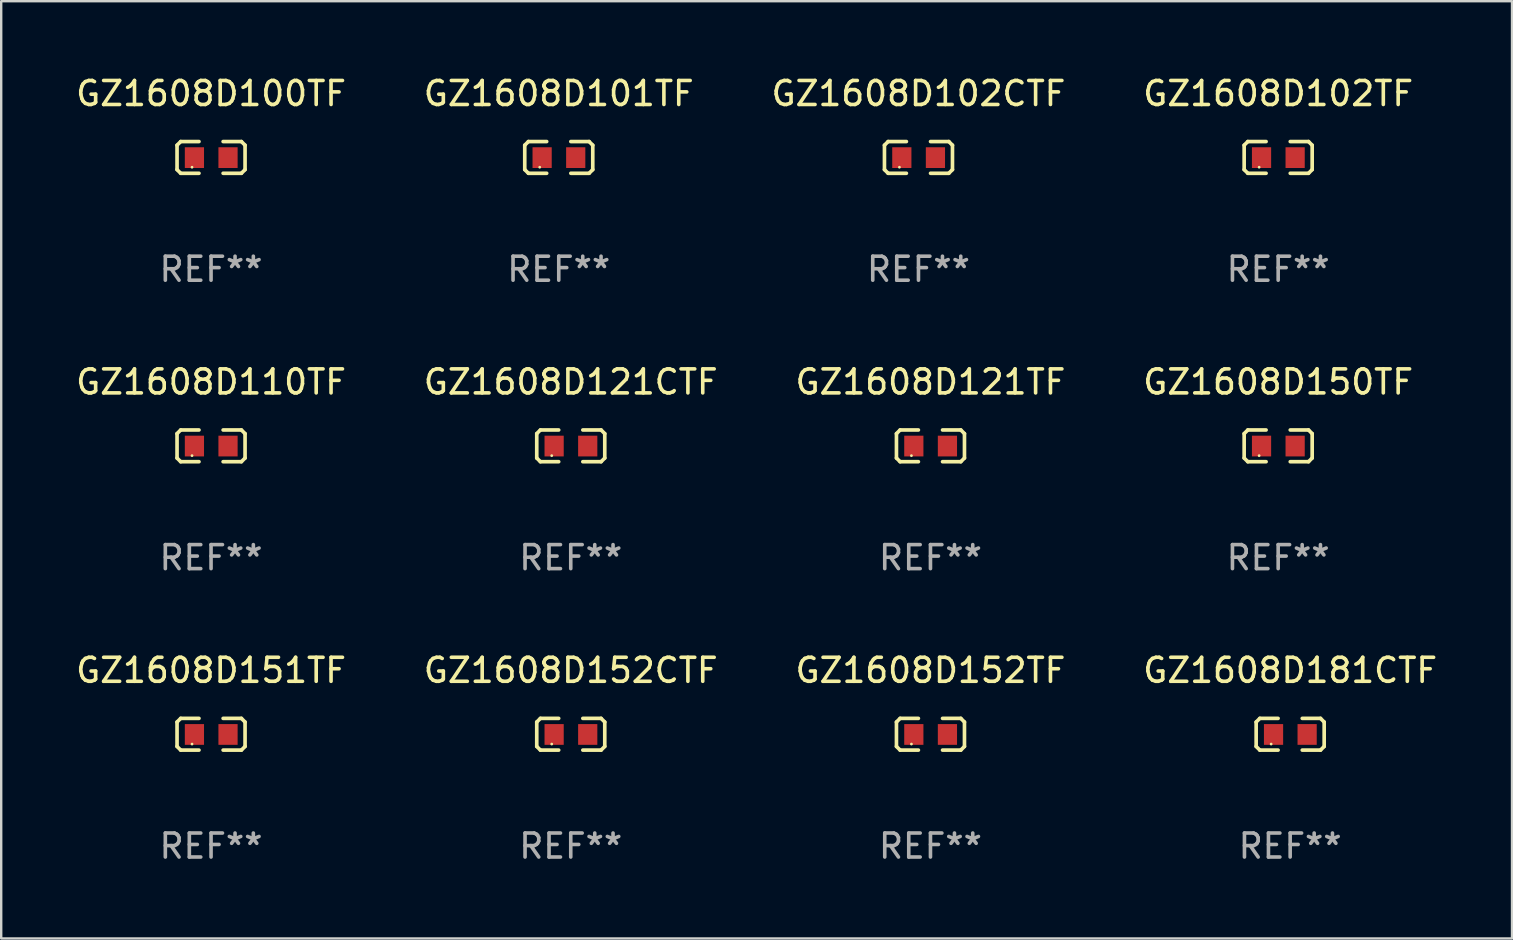
<source format=kicad_pcb>
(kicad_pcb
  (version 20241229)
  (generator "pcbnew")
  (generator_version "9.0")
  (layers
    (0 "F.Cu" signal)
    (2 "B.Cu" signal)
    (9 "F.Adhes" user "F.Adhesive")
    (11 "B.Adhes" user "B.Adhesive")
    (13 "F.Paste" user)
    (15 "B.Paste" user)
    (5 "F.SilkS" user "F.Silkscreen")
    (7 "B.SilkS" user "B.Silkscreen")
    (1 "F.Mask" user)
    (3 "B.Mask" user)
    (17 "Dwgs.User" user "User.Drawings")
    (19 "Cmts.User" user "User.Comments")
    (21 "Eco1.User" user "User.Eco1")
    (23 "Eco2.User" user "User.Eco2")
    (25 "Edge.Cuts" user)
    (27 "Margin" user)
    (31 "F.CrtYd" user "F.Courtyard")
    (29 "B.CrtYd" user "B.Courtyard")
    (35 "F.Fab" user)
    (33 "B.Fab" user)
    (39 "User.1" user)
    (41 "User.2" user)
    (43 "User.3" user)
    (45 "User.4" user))
  (footprint "GZ1608D181CTF"
    (layer "F.Cu")
    (at 50.708 27.544)
    (property "Reference" "GZ1608D181CTF" (at 0 -2.661 0) (layer "F.SilkS") (effects (font (size 1 1) (thickness 0.15))))
    (attr through_hole)
    (fp_line (start -1.417 -0.508) (end -1.265 -0.661) (stroke (width 0.152) (type solid)) (layer "F.SilkS"))
    (fp_line (start -1.417 0.508) (end -1.417 -0.508) (stroke (width 0.152) (type solid)) (layer "F.SilkS"))
    (fp_line (start -1.265 -0.661) (end -0.503 -0.661) (stroke (width 0.152) (type solid)) (layer "F.SilkS"))
    (fp_line (start -1.265 0.661) (end -1.417 0.508) (stroke (width 0.152) (type solid)) (layer "F.SilkS"))
    (fp_line (start -1.265 0.661) (end -0.503 0.661) (stroke (width 0.152) (type solid)) (layer "F.SilkS"))
    (fp_line (start 1.265 -0.661) (end 0.503 -0.661) (stroke (width 0.152) (type solid)) (layer "F.SilkS"))
    (fp_line (start 1.265 -0.661) (end 1.417 -0.508) (stroke (width 0.152) (type solid)) (layer "F.SilkS"))
    (fp_line (start 1.265 0.661) (end 0.503 0.661) (stroke (width 0.152) (type solid)) (layer "F.SilkS"))
    (fp_line (start 1.417 -0.508) (end 1.417 0.508) (stroke (width 0.152) (type solid)) (layer "F.SilkS"))
    (fp_line (start 1.417 0.508) (end 1.265 0.661) (stroke (width 0.152) (type solid)) (layer "F.SilkS"))
    (fp_circle (center -0.793 0.409) (end -0.763 0.409) (stroke (width 0.06) (type solid)) (fill no) (layer "F.SilkS"))
    (fp_text user "REF**" (at 0 4.661 0) (layer "F.Fab") (effects (font (size 1 1) (thickness 0.15))))
    (pad "1" smd rect (at -0.693 0.009 180) (size 0.8 0.864) (layers "F.Cu" "F.Mask" "F.Paste"))
    (pad "2" smd rect (at 0.707 0.009 180) (size 0.8 0.864) (layers "F.Cu" "F.Mask" "F.Paste")))
  (footprint "GZ1608D152CTF"
    (layer "F.Cu")
    (at 20.732 27.544)
    (property "Reference" "GZ1608D152CTF" (at 0 -2.661 0) (layer "F.SilkS") (effects (font (size 1 1) (thickness 0.15))))
    (attr through_hole)
    (fp_line (start -1.417 -0.508) (end -1.265 -0.661) (stroke (width 0.152) (type solid)) (layer "F.SilkS"))
    (fp_line (start -1.417 0.508) (end -1.417 -0.508) (stroke (width 0.152) (type solid)) (layer "F.SilkS"))
    (fp_line (start -1.265 -0.661) (end -0.503 -0.661) (stroke (width 0.152) (type solid)) (layer "F.SilkS"))
    (fp_line (start -1.265 0.661) (end -1.417 0.508) (stroke (width 0.152) (type solid)) (layer "F.SilkS"))
    (fp_line (start -1.265 0.661) (end -0.503 0.661) (stroke (width 0.152) (type solid)) (layer "F.SilkS"))
    (fp_line (start 1.265 -0.661) (end 0.503 -0.661) (stroke (width 0.152) (type solid)) (layer "F.SilkS"))
    (fp_line (start 1.265 -0.661) (end 1.417 -0.508) (stroke (width 0.152) (type solid)) (layer "F.SilkS"))
    (fp_line (start 1.265 0.661) (end 0.503 0.661) (stroke (width 0.152) (type solid)) (layer "F.SilkS"))
    (fp_line (start 1.417 -0.508) (end 1.417 0.508) (stroke (width 0.152) (type solid)) (layer "F.SilkS"))
    (fp_line (start 1.417 0.508) (end 1.265 0.661) (stroke (width 0.152) (type solid)) (layer "F.SilkS"))
    (fp_circle (center -0.793 0.409) (end -0.763 0.409) (stroke (width 0.06) (type solid)) (fill no) (layer "F.SilkS"))
    (fp_text user "REF**" (at 0 4.661 0) (layer "F.Fab") (effects (font (size 1 1) (thickness 0.15))))
    (pad "1" smd rect (at -0.693 0.009 180) (size 0.8 0.864) (layers "F.Cu" "F.Mask" "F.Paste"))
    (pad "2" smd rect (at 0.707 0.009 180) (size 0.8 0.864) (layers "F.Cu" "F.Mask" "F.Paste")))
  (footprint "GZ1608D102CTF"
    (layer "F.Cu")
    (at 35.22 3.509)
    (property "Reference" "GZ1608D102CTF" (at 0 -2.661 0) (layer "F.SilkS") (effects (font (size 1 1) (thickness 0.15))))
    (attr through_hole)
    (fp_line (start -1.417 -0.508) (end -1.265 -0.661) (stroke (width 0.152) (type solid)) (layer "F.SilkS"))
    (fp_line (start -1.417 0.508) (end -1.417 -0.508) (stroke (width 0.152) (type solid)) (layer "F.SilkS"))
    (fp_line (start -1.265 -0.661) (end -0.503 -0.661) (stroke (width 0.152) (type solid)) (layer "F.SilkS"))
    (fp_line (start -1.265 0.661) (end -1.417 0.508) (stroke (width 0.152) (type solid)) (layer "F.SilkS"))
    (fp_line (start -1.265 0.661) (end -0.503 0.661) (stroke (width 0.152) (type solid)) (layer "F.SilkS"))
    (fp_line (start 1.265 -0.661) (end 0.503 -0.661) (stroke (width 0.152) (type solid)) (layer "F.SilkS"))
    (fp_line (start 1.265 -0.661) (end 1.417 -0.508) (stroke (width 0.152) (type solid)) (layer "F.SilkS"))
    (fp_line (start 1.265 0.661) (end 0.503 0.661) (stroke (width 0.152) (type solid)) (layer "F.SilkS"))
    (fp_line (start 1.417 -0.508) (end 1.417 0.508) (stroke (width 0.152) (type solid)) (layer "F.SilkS"))
    (fp_line (start 1.417 0.508) (end 1.265 0.661) (stroke (width 0.152) (type solid)) (layer "F.SilkS"))
    (fp_circle (center -0.793 0.409) (end -0.763 0.409) (stroke (width 0.06) (type solid)) (fill no) (layer "F.SilkS"))
    (fp_text user "REF**" (at 0 4.661 0) (layer "F.Fab") (effects (font (size 1 1) (thickness 0.15))))
    (pad "1" smd rect (at -0.693 0.009 180) (size 0.8 0.864) (layers "F.Cu" "F.Mask" "F.Paste"))
    (pad "2" smd rect (at 0.707 0.009 180) (size 0.8 0.864) (layers "F.Cu" "F.Mask" "F.Paste")))
  (footprint "GZ1608D150TF"
    (layer "F.Cu")
    (at 50.208 15.527)
    (property "Reference" "GZ1608D150TF" (at 0 -2.661 0) (layer "F.SilkS") (effects (font (size 1 1) (thickness 0.15))))
    (attr through_hole)
    (fp_line (start -1.417 -0.508) (end -1.265 -0.661) (stroke (width 0.152) (type solid)) (layer "F.SilkS"))
    (fp_line (start -1.417 0.508) (end -1.417 -0.508) (stroke (width 0.152) (type solid)) (layer "F.SilkS"))
    (fp_line (start -1.265 -0.661) (end -0.503 -0.661) (stroke (width 0.152) (type solid)) (layer "F.SilkS"))
    (fp_line (start -1.265 0.661) (end -1.417 0.508) (stroke (width 0.152) (type solid)) (layer "F.SilkS"))
    (fp_line (start -1.265 0.661) (end -0.503 0.661) (stroke (width 0.152) (type solid)) (layer "F.SilkS"))
    (fp_line (start 1.265 -0.661) (end 0.503 -0.661) (stroke (width 0.152) (type solid)) (layer "F.SilkS"))
    (fp_line (start 1.265 -0.661) (end 1.417 -0.508) (stroke (width 0.152) (type solid)) (layer "F.SilkS"))
    (fp_line (start 1.265 0.661) (end 0.503 0.661) (stroke (width 0.152) (type solid)) (layer "F.SilkS"))
    (fp_line (start 1.417 -0.508) (end 1.417 0.508) (stroke (width 0.152) (type solid)) (layer "F.SilkS"))
    (fp_line (start 1.417 0.508) (end 1.265 0.661) (stroke (width 0.152) (type solid)) (layer "F.SilkS"))
    (fp_circle (center -0.793 0.409) (end -0.763 0.409) (stroke (width 0.06) (type solid)) (fill no) (layer "F.SilkS"))
    (fp_text user "REF**" (at 0 4.661 0) (layer "F.Fab") (effects (font (size 1 1) (thickness 0.15))))
    (pad "1" smd rect (at -0.693 0.009 180) (size 0.8 0.864) (layers "F.Cu" "F.Mask" "F.Paste"))
    (pad "2" smd rect (at 0.707 0.009 180) (size 0.8 0.864) (layers "F.Cu" "F.Mask" "F.Paste")))
  (footprint "GZ1608D151TF"
    (layer "F.Cu")
    (at 5.744 27.544)
    (property "Reference" "GZ1608D151TF" (at 0 -2.661 0) (layer "F.SilkS") (effects (font (size 1 1) (thickness 0.15))))
    (attr through_hole)
    (fp_line (start -1.417 -0.508) (end -1.265 -0.661) (stroke (width 0.152) (type solid)) (layer "F.SilkS"))
    (fp_line (start -1.417 0.508) (end -1.417 -0.508) (stroke (width 0.152) (type solid)) (layer "F.SilkS"))
    (fp_line (start -1.265 -0.661) (end -0.503 -0.661) (stroke (width 0.152) (type solid)) (layer "F.SilkS"))
    (fp_line (start -1.265 0.661) (end -1.417 0.508) (stroke (width 0.152) (type solid)) (layer "F.SilkS"))
    (fp_line (start -1.265 0.661) (end -0.503 0.661) (stroke (width 0.152) (type solid)) (layer "F.SilkS"))
    (fp_line (start 1.265 -0.661) (end 0.503 -0.661) (stroke (width 0.152) (type solid)) (layer "F.SilkS"))
    (fp_line (start 1.265 -0.661) (end 1.417 -0.508) (stroke (width 0.152) (type solid)) (layer "F.SilkS"))
    (fp_line (start 1.265 0.661) (end 0.503 0.661) (stroke (width 0.152) (type solid)) (layer "F.SilkS"))
    (fp_line (start 1.417 -0.508) (end 1.417 0.508) (stroke (width 0.152) (type solid)) (layer "F.SilkS"))
    (fp_line (start 1.417 0.508) (end 1.265 0.661) (stroke (width 0.152) (type solid)) (layer "F.SilkS"))
    (fp_circle (center -0.793 0.409) (end -0.763 0.409) (stroke (width 0.06) (type solid)) (fill no) (layer "F.SilkS"))
    (fp_text user "REF**" (at 0 4.661 0) (layer "F.Fab") (effects (font (size 1 1) (thickness 0.15))))
    (pad "1" smd rect (at -0.693 0.009 180) (size 0.8 0.864) (layers "F.Cu" "F.Mask" "F.Paste"))
    (pad "2" smd rect (at 0.707 0.009 180) (size 0.8 0.864) (layers "F.Cu" "F.Mask" "F.Paste")))
  (footprint "GZ1608D101TF"
    (layer "F.Cu")
    (at 20.232 3.509)
    (property "Reference" "GZ1608D101TF" (at 0 -2.661 0) (layer "F.SilkS") (effects (font (size 1 1) (thickness 0.15))))
    (attr through_hole)
    (fp_line (start -1.417 -0.508) (end -1.265 -0.661) (stroke (width 0.152) (type solid)) (layer "F.SilkS"))
    (fp_line (start -1.417 0.508) (end -1.417 -0.508) (stroke (width 0.152) (type solid)) (layer "F.SilkS"))
    (fp_line (start -1.265 -0.661) (end -0.503 -0.661) (stroke (width 0.152) (type solid)) (layer "F.SilkS"))
    (fp_line (start -1.265 0.661) (end -1.417 0.508) (stroke (width 0.152) (type solid)) (layer "F.SilkS"))
    (fp_line (start -1.265 0.661) (end -0.503 0.661) (stroke (width 0.152) (type solid)) (layer "F.SilkS"))
    (fp_line (start 1.265 -0.661) (end 0.503 -0.661) (stroke (width 0.152) (type solid)) (layer "F.SilkS"))
    (fp_line (start 1.265 -0.661) (end 1.417 -0.508) (stroke (width 0.152) (type solid)) (layer "F.SilkS"))
    (fp_line (start 1.265 0.661) (end 0.503 0.661) (stroke (width 0.152) (type solid)) (layer "F.SilkS"))
    (fp_line (start 1.417 -0.508) (end 1.417 0.508) (stroke (width 0.152) (type solid)) (layer "F.SilkS"))
    (fp_line (start 1.417 0.508) (end 1.265 0.661) (stroke (width 0.152) (type solid)) (layer "F.SilkS"))
    (fp_circle (center -0.793 0.409) (end -0.763 0.409) (stroke (width 0.06) (type solid)) (fill no) (layer "F.SilkS"))
    (fp_text user "REF**" (at 0 4.661 0) (layer "F.Fab") (effects (font (size 1 1) (thickness 0.15))))
    (pad "1" smd rect (at -0.693 0.009 180) (size 0.8 0.864) (layers "F.Cu" "F.Mask" "F.Paste"))
    (pad "2" smd rect (at 0.707 0.009 180) (size 0.8 0.864) (layers "F.Cu" "F.Mask" "F.Paste")))
  (footprint "GZ1608D110TF"
    (layer "F.Cu")
    (at 5.744 15.527)
    (property "Reference" "GZ1608D110TF" (at 0 -2.661 0) (layer "F.SilkS") (effects (font (size 1 1) (thickness 0.15))))
    (attr through_hole)
    (fp_line (start -1.417 -0.508) (end -1.265 -0.661) (stroke (width 0.152) (type solid)) (layer "F.SilkS"))
    (fp_line (start -1.417 0.508) (end -1.417 -0.508) (stroke (width 0.152) (type solid)) (layer "F.SilkS"))
    (fp_line (start -1.265 -0.661) (end -0.503 -0.661) (stroke (width 0.152) (type solid)) (layer "F.SilkS"))
    (fp_line (start -1.265 0.661) (end -1.417 0.508) (stroke (width 0.152) (type solid)) (layer "F.SilkS"))
    (fp_line (start -1.265 0.661) (end -0.503 0.661) (stroke (width 0.152) (type solid)) (layer "F.SilkS"))
    (fp_line (start 1.265 -0.661) (end 0.503 -0.661) (stroke (width 0.152) (type solid)) (layer "F.SilkS"))
    (fp_line (start 1.265 -0.661) (end 1.417 -0.508) (stroke (width 0.152) (type solid)) (layer "F.SilkS"))
    (fp_line (start 1.265 0.661) (end 0.503 0.661) (stroke (width 0.152) (type solid)) (layer "F.SilkS"))
    (fp_line (start 1.417 -0.508) (end 1.417 0.508) (stroke (width 0.152) (type solid)) (layer "F.SilkS"))
    (fp_line (start 1.417 0.508) (end 1.265 0.661) (stroke (width 0.152) (type solid)) (layer "F.SilkS"))
    (fp_circle (center -0.793 0.409) (end -0.763 0.409) (stroke (width 0.06) (type solid)) (fill no) (layer "F.SilkS"))
    (fp_text user "REF**" (at 0 4.661 0) (layer "F.Fab") (effects (font (size 1 1) (thickness 0.15))))
    (pad "1" smd rect (at -0.693 0.009 180) (size 0.8 0.864) (layers "F.Cu" "F.Mask" "F.Paste"))
    (pad "2" smd rect (at 0.707 0.009 180) (size 0.8 0.864) (layers "F.Cu" "F.Mask" "F.Paste")))
  (footprint "GZ1608D121CTF"
    (layer "F.Cu")
    (at 20.732 15.527)
    (property "Reference" "GZ1608D121CTF" (at 0 -2.661 0) (layer "F.SilkS") (effects (font (size 1 1) (thickness 0.15))))
    (attr through_hole)
    (fp_line (start -1.417 -0.508) (end -1.265 -0.661) (stroke (width 0.152) (type solid)) (layer "F.SilkS"))
    (fp_line (start -1.417 0.508) (end -1.417 -0.508) (stroke (width 0.152) (type solid)) (layer "F.SilkS"))
    (fp_line (start -1.265 -0.661) (end -0.503 -0.661) (stroke (width 0.152) (type solid)) (layer "F.SilkS"))
    (fp_line (start -1.265 0.661) (end -1.417 0.508) (stroke (width 0.152) (type solid)) (layer "F.SilkS"))
    (fp_line (start -1.265 0.661) (end -0.503 0.661) (stroke (width 0.152) (type solid)) (layer "F.SilkS"))
    (fp_line (start 1.265 -0.661) (end 0.503 -0.661) (stroke (width 0.152) (type solid)) (layer "F.SilkS"))
    (fp_line (start 1.265 -0.661) (end 1.417 -0.508) (stroke (width 0.152) (type solid)) (layer "F.SilkS"))
    (fp_line (start 1.265 0.661) (end 0.503 0.661) (stroke (width 0.152) (type solid)) (layer "F.SilkS"))
    (fp_line (start 1.417 -0.508) (end 1.417 0.508) (stroke (width 0.152) (type solid)) (layer "F.SilkS"))
    (fp_line (start 1.417 0.508) (end 1.265 0.661) (stroke (width 0.152) (type solid)) (layer "F.SilkS"))
    (fp_circle (center -0.793 0.409) (end -0.763 0.409) (stroke (width 0.06) (type solid)) (fill no) (layer "F.SilkS"))
    (fp_text user "REF**" (at 0 4.661 0) (layer "F.Fab") (effects (font (size 1 1) (thickness 0.15))))
    (pad "1" smd rect (at -0.693 0.009 180) (size 0.8 0.864) (layers "F.Cu" "F.Mask" "F.Paste"))
    (pad "2" smd rect (at 0.707 0.009 180) (size 0.8 0.864) (layers "F.Cu" "F.Mask" "F.Paste")))
  (footprint "GZ1608D152TF"
    (layer "F.Cu")
    (at 35.72 27.544)
    (property "Reference" "GZ1608D152TF" (at 0 -2.661 0) (layer "F.SilkS") (effects (font (size 1 1) (thickness 0.15))))
    (attr through_hole)
    (fp_line (start -1.417 -0.508) (end -1.265 -0.661) (stroke (width 0.152) (type solid)) (layer "F.SilkS"))
    (fp_line (start -1.417 0.508) (end -1.417 -0.508) (stroke (width 0.152) (type solid)) (layer "F.SilkS"))
    (fp_line (start -1.265 -0.661) (end -0.503 -0.661) (stroke (width 0.152) (type solid)) (layer "F.SilkS"))
    (fp_line (start -1.265 0.661) (end -1.417 0.508) (stroke (width 0.152) (type solid)) (layer "F.SilkS"))
    (fp_line (start -1.265 0.661) (end -0.503 0.661) (stroke (width 0.152) (type solid)) (layer "F.SilkS"))
    (fp_line (start 1.265 -0.661) (end 0.503 -0.661) (stroke (width 0.152) (type solid)) (layer "F.SilkS"))
    (fp_line (start 1.265 -0.661) (end 1.417 -0.508) (stroke (width 0.152) (type solid)) (layer "F.SilkS"))
    (fp_line (start 1.265 0.661) (end 0.503 0.661) (stroke (width 0.152) (type solid)) (layer "F.SilkS"))
    (fp_line (start 1.417 -0.508) (end 1.417 0.508) (stroke (width 0.152) (type solid)) (layer "F.SilkS"))
    (fp_line (start 1.417 0.508) (end 1.265 0.661) (stroke (width 0.152) (type solid)) (layer "F.SilkS"))
    (fp_circle (center -0.793 0.409) (end -0.763 0.409) (stroke (width 0.06) (type solid)) (fill no) (layer "F.SilkS"))
    (fp_text user "REF**" (at 0 4.661 0) (layer "F.Fab") (effects (font (size 1 1) (thickness 0.15))))
    (pad "1" smd rect (at -0.693 0.009 180) (size 0.8 0.864) (layers "F.Cu" "F.Mask" "F.Paste"))
    (pad "2" smd rect (at 0.707 0.009 180) (size 0.8 0.864) (layers "F.Cu" "F.Mask" "F.Paste")))
  (footprint "GZ1608D121TF"
    (layer "F.Cu")
    (at 35.72 15.527)
    (property "Reference" "GZ1608D121TF" (at 0 -2.661 0) (layer "F.SilkS") (effects (font (size 1 1) (thickness 0.15))))
    (attr through_hole)
    (fp_line (start -1.417 -0.508) (end -1.265 -0.661) (stroke (width 0.152) (type solid)) (layer "F.SilkS"))
    (fp_line (start -1.417 0.508) (end -1.417 -0.508) (stroke (width 0.152) (type solid)) (layer "F.SilkS"))
    (fp_line (start -1.265 -0.661) (end -0.503 -0.661) (stroke (width 0.152) (type solid)) (layer "F.SilkS"))
    (fp_line (start -1.265 0.661) (end -1.417 0.508) (stroke (width 0.152) (type solid)) (layer "F.SilkS"))
    (fp_line (start -1.265 0.661) (end -0.503 0.661) (stroke (width 0.152) (type solid)) (layer "F.SilkS"))
    (fp_line (start 1.265 -0.661) (end 0.503 -0.661) (stroke (width 0.152) (type solid)) (layer "F.SilkS"))
    (fp_line (start 1.265 -0.661) (end 1.417 -0.508) (stroke (width 0.152) (type solid)) (layer "F.SilkS"))
    (fp_line (start 1.265 0.661) (end 0.503 0.661) (stroke (width 0.152) (type solid)) (layer "F.SilkS"))
    (fp_line (start 1.417 -0.508) (end 1.417 0.508) (stroke (width 0.152) (type solid)) (layer "F.SilkS"))
    (fp_line (start 1.417 0.508) (end 1.265 0.661) (stroke (width 0.152) (type solid)) (layer "F.SilkS"))
    (fp_circle (center -0.793 0.409) (end -0.763 0.409) (stroke (width 0.06) (type solid)) (fill no) (layer "F.SilkS"))
    (fp_text user "REF**" (at 0 4.661 0) (layer "F.Fab") (effects (font (size 1 1) (thickness 0.15))))
    (pad "1" smd rect (at -0.693 0.009 180) (size 0.8 0.864) (layers "F.Cu" "F.Mask" "F.Paste"))
    (pad "2" smd rect (at 0.707 0.009 180) (size 0.8 0.864) (layers "F.Cu" "F.Mask" "F.Paste")))
  (footprint "GZ1608D100TF"
    (layer "F.Cu")
    (at 5.744 3.509)
    (property "Reference" "GZ1608D100TF" (at 0 -2.661 0) (layer "F.SilkS") (effects (font (size 1 1) (thickness 0.15))))
    (attr through_hole)
    (fp_line (start -1.417 -0.508) (end -1.265 -0.661) (stroke (width 0.152) (type solid)) (layer "F.SilkS"))
    (fp_line (start -1.417 0.508) (end -1.417 -0.508) (stroke (width 0.152) (type solid)) (layer "F.SilkS"))
    (fp_line (start -1.265 -0.661) (end -0.503 -0.661) (stroke (width 0.152) (type solid)) (layer "F.SilkS"))
    (fp_line (start -1.265 0.661) (end -1.417 0.508) (stroke (width 0.152) (type solid)) (layer "F.SilkS"))
    (fp_line (start -1.265 0.661) (end -0.503 0.661) (stroke (width 0.152) (type solid)) (layer "F.SilkS"))
    (fp_line (start 1.265 -0.661) (end 0.503 -0.661) (stroke (width 0.152) (type solid)) (layer "F.SilkS"))
    (fp_line (start 1.265 -0.661) (end 1.417 -0.508) (stroke (width 0.152) (type solid)) (layer "F.SilkS"))
    (fp_line (start 1.265 0.661) (end 0.503 0.661) (stroke (width 0.152) (type solid)) (layer "F.SilkS"))
    (fp_line (start 1.417 -0.508) (end 1.417 0.508) (stroke (width 0.152) (type solid)) (layer "F.SilkS"))
    (fp_line (start 1.417 0.508) (end 1.265 0.661) (stroke (width 0.152) (type solid)) (layer "F.SilkS"))
    (fp_circle (center -0.793 0.409) (end -0.763 0.409) (stroke (width 0.06) (type solid)) (fill no) (layer "F.SilkS"))
    (fp_text user "REF**" (at 0 4.661 0) (layer "F.Fab") (effects (font (size 1 1) (thickness 0.15))))
    (pad "1" smd rect (at -0.693 0.009 180) (size 0.8 0.864) (layers "F.Cu" "F.Mask" "F.Paste"))
    (pad "2" smd rect (at 0.707 0.009 180) (size 0.8 0.864) (layers "F.Cu" "F.Mask" "F.Paste")))
  (footprint "GZ1608D102TF"
    (layer "F.Cu")
    (at 50.208 3.509)
    (property "Reference" "GZ1608D102TF" (at 0 -2.661 0) (layer "F.SilkS") (effects (font (size 1 1) (thickness 0.15))))
    (attr through_hole)
    (fp_line (start -1.417 -0.508) (end -1.265 -0.661) (stroke (width 0.152) (type solid)) (layer "F.SilkS"))
    (fp_line (start -1.417 0.508) (end -1.417 -0.508) (stroke (width 0.152) (type solid)) (layer "F.SilkS"))
    (fp_line (start -1.265 -0.661) (end -0.503 -0.661) (stroke (width 0.152) (type solid)) (layer "F.SilkS"))
    (fp_line (start -1.265 0.661) (end -1.417 0.508) (stroke (width 0.152) (type solid)) (layer "F.SilkS"))
    (fp_line (start -1.265 0.661) (end -0.503 0.661) (stroke (width 0.152) (type solid)) (layer "F.SilkS"))
    (fp_line (start 1.265 -0.661) (end 0.503 -0.661) (stroke (width 0.152) (type solid)) (layer "F.SilkS"))
    (fp_line (start 1.265 -0.661) (end 1.417 -0.508) (stroke (width 0.152) (type solid)) (layer "F.SilkS"))
    (fp_line (start 1.265 0.661) (end 0.503 0.661) (stroke (width 0.152) (type solid)) (layer "F.SilkS"))
    (fp_line (start 1.417 -0.508) (end 1.417 0.508) (stroke (width 0.152) (type solid)) (layer "F.SilkS"))
    (fp_line (start 1.417 0.508) (end 1.265 0.661) (stroke (width 0.152) (type solid)) (layer "F.SilkS"))
    (fp_circle (center -0.793 0.409) (end -0.763 0.409) (stroke (width 0.06) (type solid)) (fill no) (layer "F.SilkS"))
    (fp_text user "REF**" (at 0 4.661 0) (layer "F.Fab") (effects (font (size 1 1) (thickness 0.15))))
    (pad "1" smd rect (at -0.693 0.009 180) (size 0.8 0.864) (layers "F.Cu" "F.Mask" "F.Paste"))
    (pad "2" smd rect (at 0.707 0.009 180) (size 0.8 0.864) (layers "F.Cu" "F.Mask" "F.Paste")))
  (gr_rect
    (start -3 -3)
    (end 59.952 36.053)
    (stroke (width 0.1) (type default))
    (fill no)
    (layer "Edge.Cuts")))
</source>
